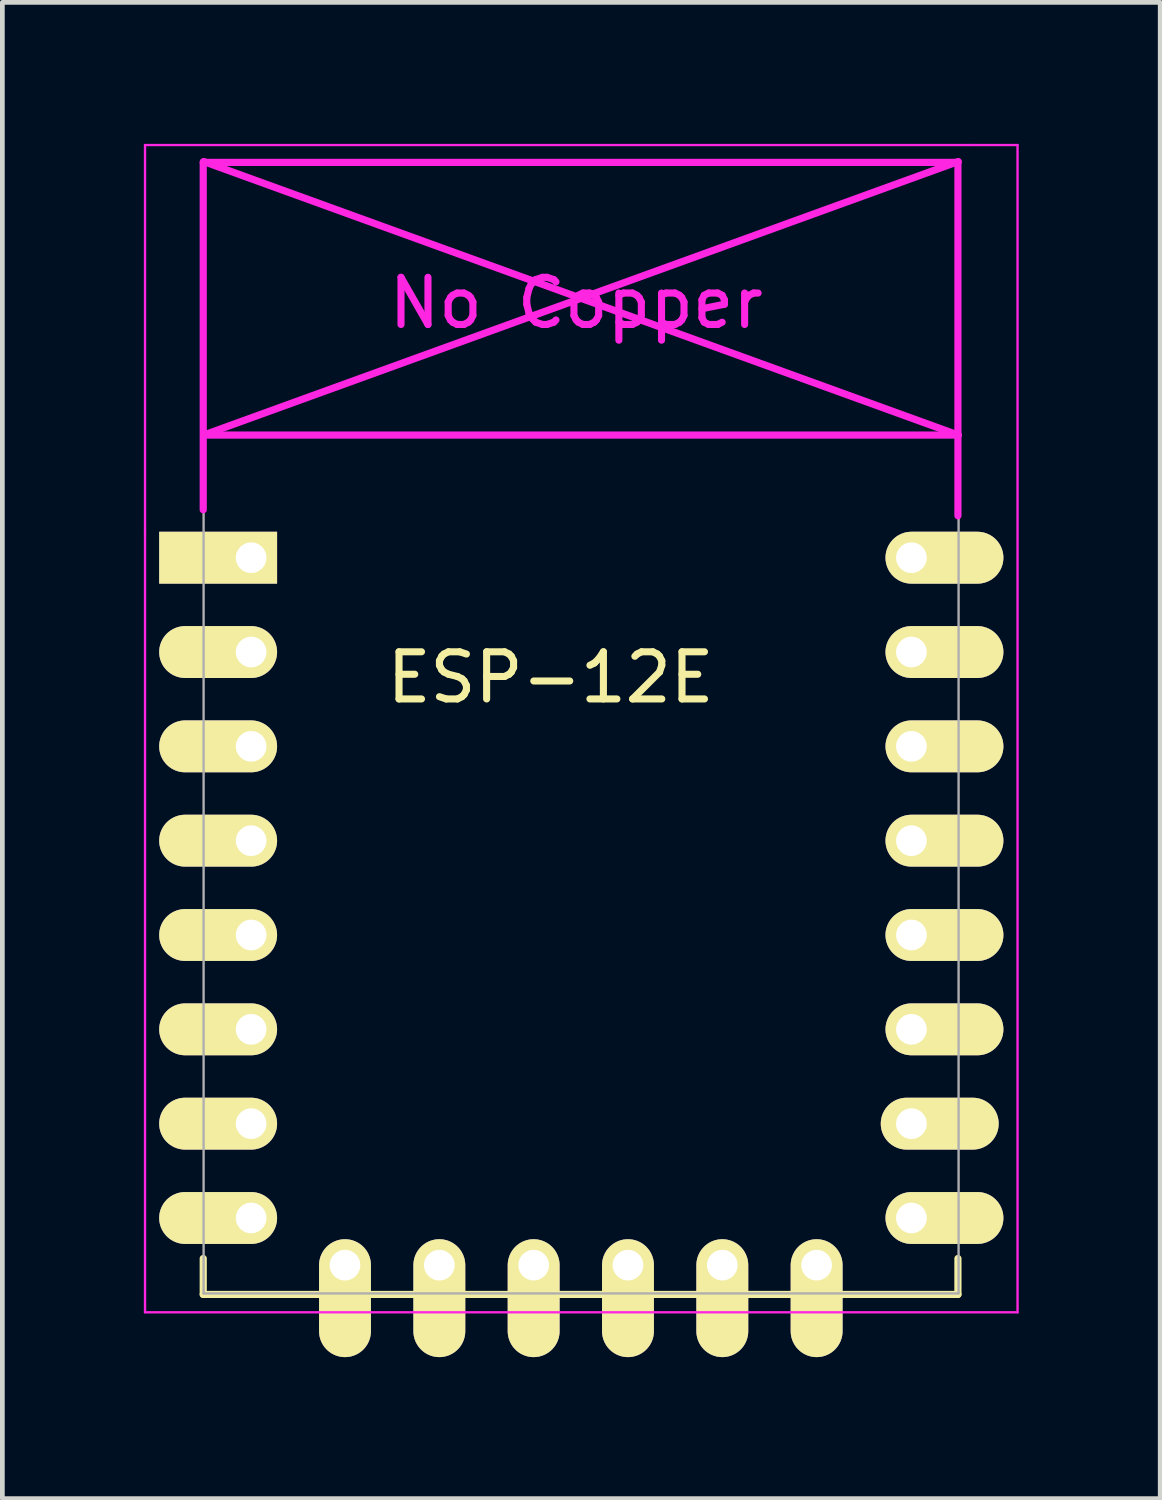
<source format=kicad_pcb>
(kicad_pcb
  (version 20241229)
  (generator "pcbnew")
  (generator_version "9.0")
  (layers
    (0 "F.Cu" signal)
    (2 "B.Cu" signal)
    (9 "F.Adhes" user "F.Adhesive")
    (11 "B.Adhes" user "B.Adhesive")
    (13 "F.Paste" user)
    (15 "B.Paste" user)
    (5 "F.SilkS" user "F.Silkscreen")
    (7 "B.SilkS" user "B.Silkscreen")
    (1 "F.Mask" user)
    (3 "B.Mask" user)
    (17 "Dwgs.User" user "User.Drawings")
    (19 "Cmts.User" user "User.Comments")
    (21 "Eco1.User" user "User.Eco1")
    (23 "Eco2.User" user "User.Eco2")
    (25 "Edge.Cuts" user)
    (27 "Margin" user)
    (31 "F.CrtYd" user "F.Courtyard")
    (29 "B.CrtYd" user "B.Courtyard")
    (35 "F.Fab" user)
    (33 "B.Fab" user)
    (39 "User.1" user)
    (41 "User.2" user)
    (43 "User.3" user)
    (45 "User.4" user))
  (footprint "ESP-12E"
    (layer "F.Cu")
    (at 2.275 8.775)
    (property "Reference" "ESP-12E" (at 6.35 2.54 0) (layer "F.SilkS") (effects (font (size 1 1) (thickness 0.15))))
    (attr through_hole)
    (fp_line (start -1.016 14.859) (end -1.016 15.621) (stroke (width 0.152) (type solid)) (layer "F.SilkS"))
    (fp_line (start -1.016 15.621) (end 14.986 15.621) (stroke (width 0.152) (type solid)) (layer "F.SilkS"))
    (fp_line (start 14.986 15.621) (end 14.986 14.859) (stroke (width 0.152) (type solid)) (layer "F.SilkS"))
    (fp_line (start -2.25 -8.75) (end 15.25 -8.75) (stroke (width 0.05) (type solid)) (layer "F.CrtYd"))
    (fp_line (start -2.25 -0.5) (end -2.25 -8.75) (stroke (width 0.05) (type solid)) (layer "F.CrtYd"))
    (fp_line (start -2.25 16) (end -2.25 -0.5) (stroke (width 0.05) (type solid)) (layer "F.CrtYd"))
    (fp_line (start -1.016 -8.382) (end -1.016 -1.016) (stroke (width 0.152) (type solid)) (layer "F.CrtYd"))
    (fp_line (start -1.016 -8.382) (end 14.986 -8.382) (stroke (width 0.152) (type solid)) (layer "F.CrtYd"))
    (fp_line (start -1.008 -8.4) (end 14.992 -2.6) (stroke (width 0.152) (type solid)) (layer "F.CrtYd"))
    (fp_line (start -1.008 -2.6) (end 14.992 -2.6) (stroke (width 0.152) (type solid)) (layer "F.CrtYd"))
    (fp_line (start 14.986 -8.382) (end 14.986 -0.889) (stroke (width 0.152) (type solid)) (layer "F.CrtYd"))
    (fp_line (start 14.992 -8.4) (end -1.008 -2.6) (stroke (width 0.152) (type solid)) (layer "F.CrtYd"))
    (fp_line (start 15.25 -8.75) (end 16.25 -8.75) (stroke (width 0.05) (type solid)) (layer "F.CrtYd"))
    (fp_line (start 16.25 -8.75) (end 16.25 16) (stroke (width 0.05) (type solid)) (layer "F.CrtYd"))
    (fp_line (start 16.25 16) (end -2.25 16) (stroke (width 0.05) (type solid)) (layer "F.CrtYd"))
    (fp_line (start -1.008 -8.4) (end 14.992 -8.4) (stroke (width 0.05) (type solid)) (layer "F.Fab"))
    (fp_line (start -1.008 15.6) (end -1.008 -8.4) (stroke (width 0.05) (type solid)) (layer "F.Fab"))
    (fp_line (start 14.992 15.6) (end -1.008 15.6) (stroke (width 0.05) (type solid)) (layer "F.Fab"))
    (fp_line (start 15 -8.4) (end 15 15.6) (stroke (width 0.05) (type solid)) (layer "F.Fab"))
    (fp_text user "No Copper" (at 6.892 -5.4 0) (layer "F.CrtYd") (effects (font (size 1 1) (thickness 0.15))))
    (pad "1" thru_hole rect (at 0 0) (size 2.5 1.1) (drill 0.65 (offset -0.7 0)) (layers "*.Cu" "*.Mask" "F.SilkS"))
    (pad "2" thru_hole oval (at 0 2) (size 2.5 1.1) (drill 0.65 (offset -0.7 0)) (layers "*.Cu" "*.Mask" "F.SilkS"))
    (pad "3" thru_hole oval (at 0 4) (size 2.5 1.1) (drill 0.65 (offset -0.7 0)) (layers "*.Cu" "*.Mask" "F.SilkS"))
    (pad "4" thru_hole oval (at 0 6) (size 2.5 1.1) (drill 0.65 (offset -0.7 0)) (layers "*.Cu" "*.Mask" "F.SilkS"))
    (pad "5" thru_hole oval (at 0 8) (size 2.5 1.1) (drill 0.65 (offset -0.7 0)) (layers "*.Cu" "*.Mask" "F.SilkS"))
    (pad "6" thru_hole oval (at 0 10) (size 2.5 1.1) (drill 0.65 (offset -0.7 0)) (layers "*.Cu" "*.Mask" "F.SilkS"))
    (pad "7" thru_hole oval (at 0 12) (size 2.5 1.1) (drill 0.65 (offset -0.7 0)) (layers "*.Cu" "*.Mask" "F.SilkS"))
    (pad "8" thru_hole oval (at 0 14) (size 2.5 1.1) (drill 0.65 (offset -0.7 0)) (layers "*.Cu" "*.Mask" "F.SilkS"))
    (pad "9" thru_hole oval (at 14 14) (size 2.5 1.1) (drill 0.65 (offset 0.7 0)) (layers "*.Cu" "*.Mask" "F.SilkS"))
    (pad "10" thru_hole oval (at 14 12) (size 2.5 1.1) (drill 0.65 (offset 0.6 0)) (layers "*.Cu" "*.Mask" "F.SilkS"))
    (pad "11" thru_hole oval (at 14 10) (size 2.5 1.1) (drill 0.65 (offset 0.7 0)) (layers "*.Cu" "*.Mask" "F.SilkS"))
    (pad "12" thru_hole oval (at 14 8) (size 2.5 1.1) (drill 0.65 (offset 0.7 0)) (layers "*.Cu" "*.Mask" "F.SilkS"))
    (pad "13" thru_hole oval (at 14 6) (size 2.5 1.1) (drill 0.65 (offset 0.7 0)) (layers "*.Cu" "*.Mask" "F.SilkS"))
    (pad "14" thru_hole oval (at 14 4) (size 2.5 1.1) (drill 0.65 (offset 0.7 0)) (layers "*.Cu" "*.Mask" "F.SilkS"))
    (pad "15" thru_hole oval (at 14 2) (size 2.5 1.1) (drill 0.65 (offset 0.7 0)) (layers "*.Cu" "*.Mask" "F.SilkS"))
    (pad "16" thru_hole oval (at 14 0) (size 2.5 1.1) (drill 0.65 (offset 0.7 0)) (layers "*.Cu" "*.Mask" "F.SilkS"))
    (pad "17" thru_hole oval (at 1.99 15 90) (size 2.5 1.1) (drill 0.65 (offset -0.7 0)) (layers "*.Cu" "*.Mask" "F.SilkS"))
    (pad "18" thru_hole oval (at 3.99 15 90) (size 2.5 1.1) (drill 0.65 (offset -0.7 0)) (layers "*.Cu" "*.Mask" "F.SilkS"))
    (pad "19" thru_hole oval (at 5.99 15 90) (size 2.5 1.1) (drill 0.65 (offset -0.7 0)) (layers "*.Cu" "*.Mask" "F.SilkS"))
    (pad "20" thru_hole oval (at 7.99 15 90) (size 2.5 1.1) (drill 0.65 (offset -0.7 0)) (layers "*.Cu" "*.Mask" "F.SilkS"))
    (pad "21" thru_hole oval (at 9.99 15 90) (size 2.5 1.1) (drill 0.65 (offset -0.7 0)) (layers "*.Cu" "*.Mask" "F.SilkS"))
    (pad "22" thru_hole oval (at 11.99 15 90) (size 2.5 1.1) (drill 0.65 (offset -0.7 0)) (layers "*.Cu" "*.Mask" "F.SilkS")))
  (gr_rect
    (start -3 -3)
    (end 21.55 28.725)
    (stroke (width 0.1) (type default))
    (fill no)
    (layer "Edge.Cuts")))
</source>
